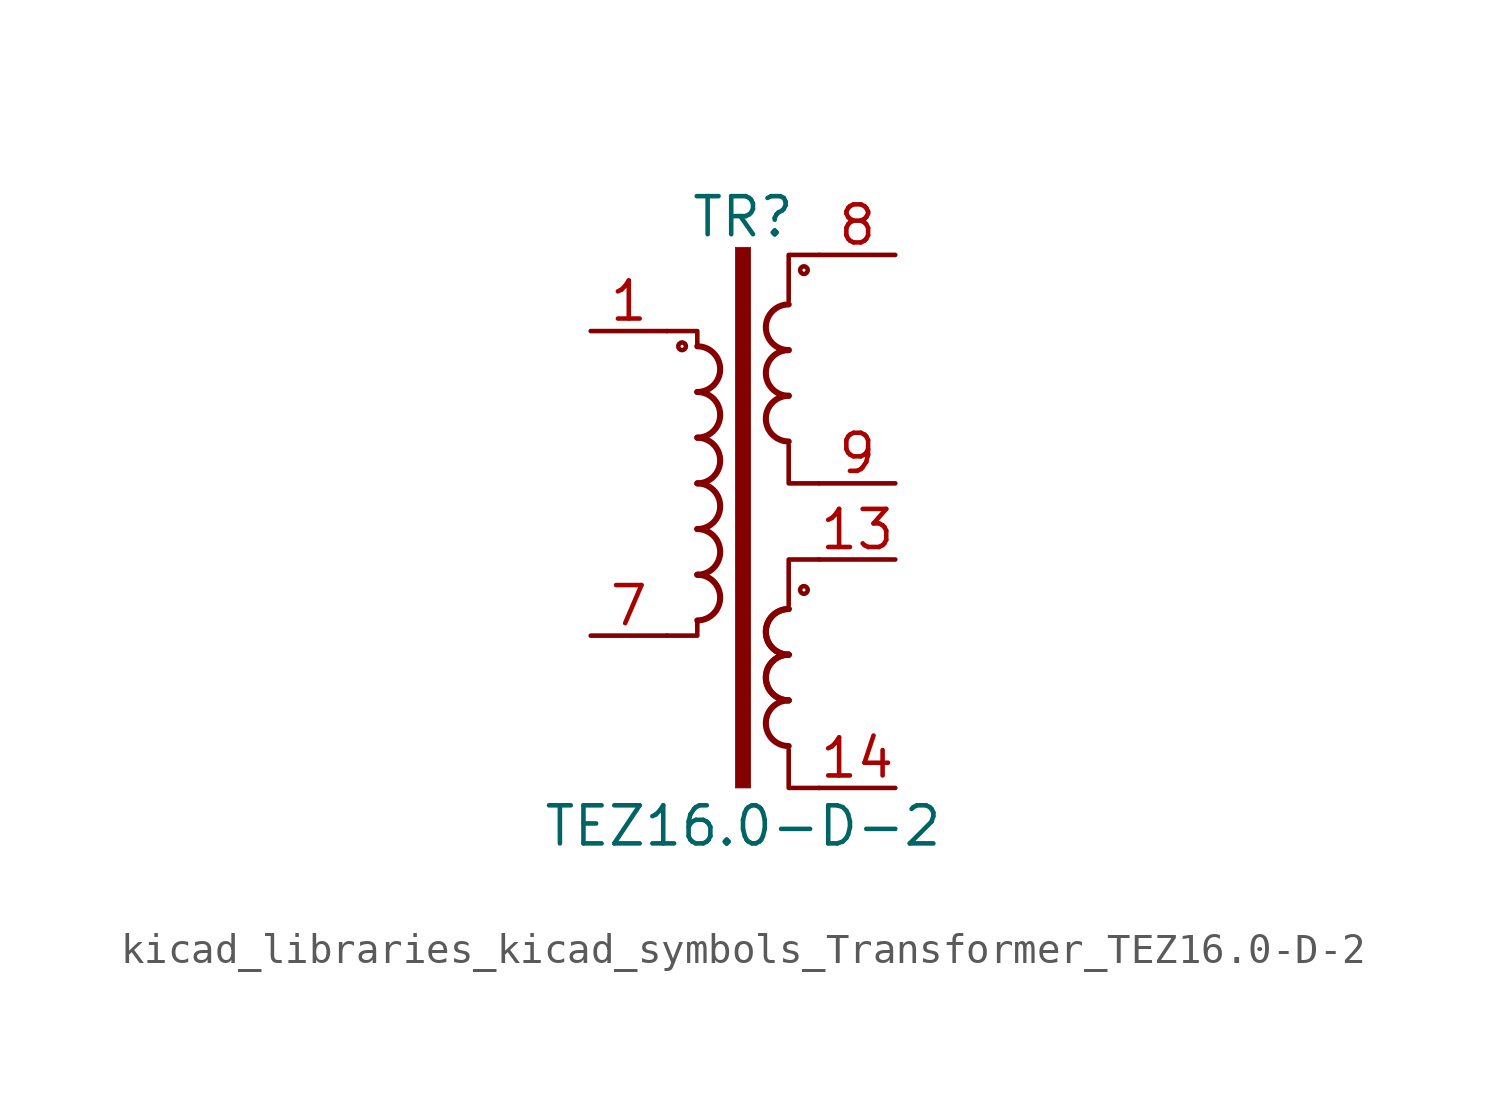
<source format=kicad_sym>
(kicad_symbol_lib
  (version 20220914)
  (generator kicad_symbol_editor)
  (symbol "kicad_libraries_kicad_symbols_Transformer_TEZ16.0-D-2"
    (pin_names
      (offset 0.025))
    (property "Reference" "TR"
      (at 0 8.89 0)
      (effects (font (size 1.27 1.27))))
    (property "Value" "TEZ16.0-D-2"
      (at 0 -11.43 0)
      (effects (font (size 1.27 1.27))))
    (symbol "kicad_libraries_kicad_symbols_Transformer_TEZ16.0-D-2_0_1"
      (circle (center -2.032 4.572) (radius 0.127) (stroke (width 0) (type default)) (fill (type none)))
      (arc (start -1.524 -4.572) (mid -0.7653 -3.81) (end -1.524 -3.048) (stroke (width 0.2032) (type default)) (fill (type none)))
      (arc (start -1.524 -3.048) (mid -0.7653 -2.286) (end -1.524 -1.524) (stroke (width 0.2032) (type default)) (fill (type none)))
      (arc (start -1.524 -1.524) (mid -0.7653 -0.762) (end -1.524 0) (stroke (width 0.2032) (type default)) (fill (type none)))
      (arc (start -1.524 0) (mid -0.7653 0.762) (end -1.524 1.524) (stroke (width 0.2032) (type default)) (fill (type none)))
      (arc (start -1.524 1.524) (mid -0.7653 2.286) (end -1.524 3.048) (stroke (width 0.2032) (type default)) (fill (type none)))
      (arc (start -1.524 3.048) (mid -0.7653 3.81) (end -1.524 4.572) (stroke (width 0.2032) (type default)) (fill (type none)))
      (rectangle (start -0.254 7.874) (end 0.254 -10.16) (stroke (width 0.025) (type default)) (fill (type outline)))
      (polyline (pts (xy -1.524 -4.572) (xy -1.524 -5.08) (xy -2.54 -5.08)) (stroke (width 0) (type default)) (fill (type none)))
      (polyline (pts (xy -1.524 4.572) (xy -1.524 5.08) (xy -2.54 5.08)) (stroke (width 0) (type default)) (fill (type none)))
      (polyline (pts (xy 1.524 -8.89) (xy 1.524 -10.16) (xy 2.54 -10.16)) (stroke (width 0) (type default)) (fill (type none)))
      (polyline (pts (xy 2.54 -2.54) (xy 1.524 -2.54) (xy 1.524 -4.064)) (stroke (width 0) (type default)) (fill (type none)))
      (polyline (pts (xy 2.54 0) (xy 1.524 0) (xy 1.524 1.27)) (stroke (width 0) (type default)) (fill (type none)))
      (polyline (pts (xy 2.54 7.62) (xy 1.524 7.62) (xy 1.524 6.096)) (stroke (width 0) (type default)) (fill (type none)))
      (arc (start 1.524 -7.239) (mid 0.7653 -8.001) (end 1.524 -8.763) (stroke (width 0.2032) (type default)) (fill (type none)))
      (arc (start 1.524 -5.715) (mid 0.7653 -6.477) (end 1.524 -7.239) (stroke (width 0.2032) (type default)) (fill (type none)))
      (arc (start 1.524 -5.715) (mid 0.7653 -6.477) (end 1.524 -7.239) (stroke (width 0.2032) (type default)) (fill (type none)))
      (arc (start 1.524 -4.191) (mid 0.7653 -4.953) (end 1.524 -5.715) (stroke (width 0.2032) (type default)) (fill (type none)))
      (arc (start 1.524 -4.191) (mid 0.7653 -4.953) (end 1.524 -5.715) (stroke (width 0.2032) (type default)) (fill (type none)))
      (arc (start 1.524 2.921) (mid 0.7653 2.159) (end 1.524 1.397) (stroke (width 0.2032) (type default)) (fill (type none)))
      (arc (start 1.524 4.445) (mid 0.7653 3.683) (end 1.524 2.921) (stroke (width 0.2032) (type default)) (fill (type none)))
      (arc (start 1.524 5.969) (mid 0.7653 5.207) (end 1.524 4.445) (stroke (width 0.2032) (type default)) (fill (type none)))
      (circle (center 2.032 -3.556) (radius 0.127) (stroke (width 0) (type default)) (fill (type none)))
      (circle (center 2.032 7.112) (radius 0.127) (stroke (width 0) (type default)) (fill (type none))))
    (symbol "kicad_libraries_kicad_symbols_Transformer_TEZ16.0-D-2_1_1"
      (pin passive line (at -5.08 5.08 0) (length 2.54) (name "~" (effects (font (size 1.27 1.27)))) (number "1" (effects (font (size 1.27 1.27)))))
      (pin passive line (at 5.08 -2.54 180) (length 2.54) (name "~" (effects (font (size 1.27 1.27)))) (number "13" (effects (font (size 1.27 1.27)))))
      (pin passive line (at 5.08 -10.16 180) (length 2.54) (name "~" (effects (font (size 1.27 1.27)))) (number "14" (effects (font (size 1.27 1.27)))))
      (pin passive line (at -5.08 -5.08 0) (length 2.54) (name "~" (effects (font (size 1.27 1.27)))) (number "7" (effects (font (size 1.27 1.27)))))
      (pin passive line (at 5.08 7.62 180) (length 2.54) (name "~" (effects (font (size 1.27 1.27)))) (number "8" (effects (font (size 1.27 1.27)))))
      (pin passive line (at 5.08 0 180) (length 2.54) (name "~" (effects (font (size 1.27 1.27)))) (number "9" (effects (font (size 1.27 1.27))))))))
</source>
